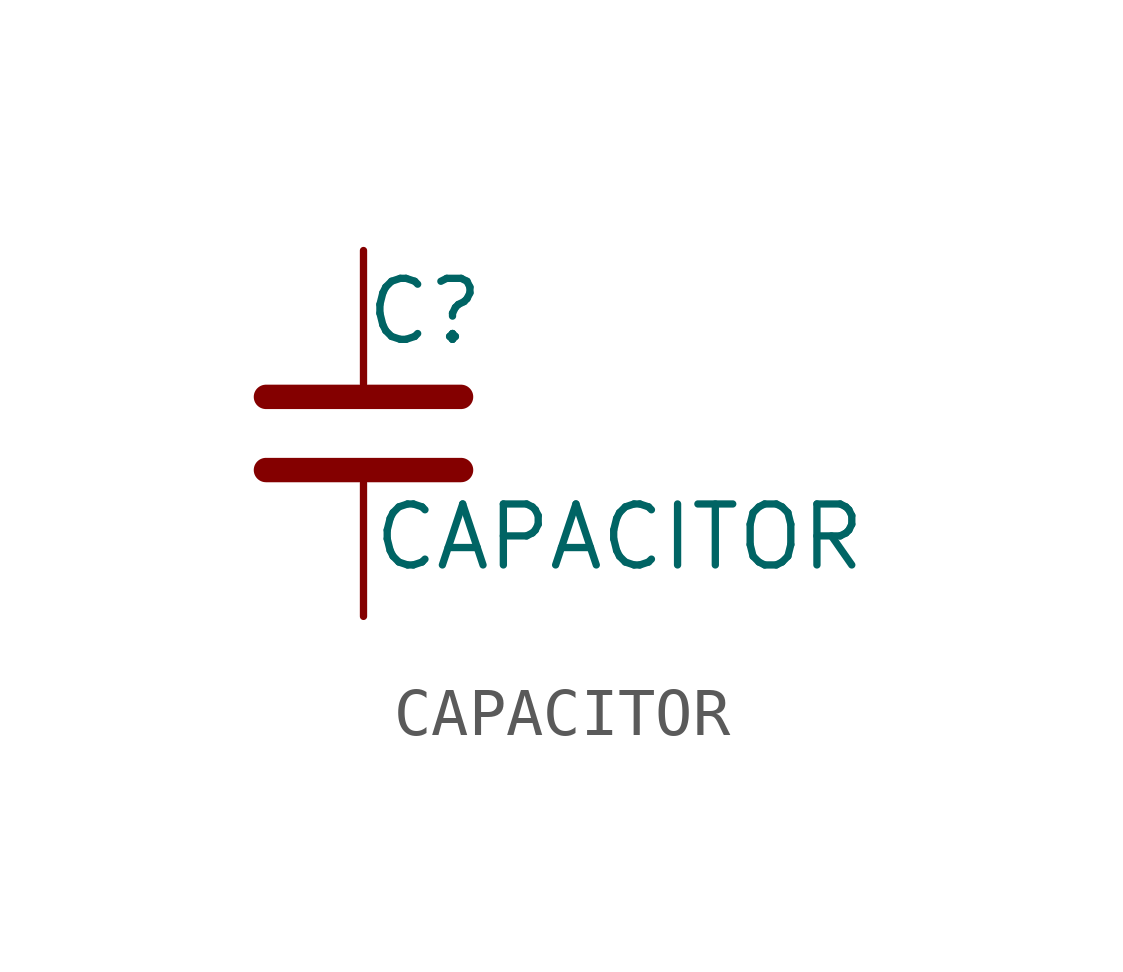
<source format=kicad_sym>
(kicad_symbol_lib
  (version 20211014)
  (generator kicad_symbol_editor)
  (symbol "CAPACITOR"
    (pin_numbers hide)
    (pin_names
      (offset 0.254))
    (property "Reference" "C"
      (at 0 2.54 0)
      (effects (font (size 1.27 1.27)) (justify left)))
    (property "Value" "CAPACITOR"
      (at 0.152 -2.159 0)
      (effects (font (size 1.27 1.27)) (justify left)))
    (symbol "CAPACITOR_0_1"
      (polyline (pts (xy -2.032 -0.762) (xy 2.032 -0.762)) (stroke (width 0.508) (type default) (color 0 0 0 0)) (fill (type none)))
      (polyline (pts (xy -2.032 0.762) (xy 2.032 0.762)) (stroke (width 0.508) (type default) (color 0 0 0 0)) (fill (type none))))
    (symbol "CAPACITOR_1_1"
      (pin passive line (at 0 3.81 270) (length 2.78) (name "~" (effects (font (size 1.016 1.016)))) (number "1" (effects (font (size 1.016 1.016)))))
      (pin passive line (at 0 -3.81 90) (length 2.78) (name "~" (effects (font (size 1.016 1.016)))) (number "2" (effects (font (size 1.016 1.016))))))))
</source>
